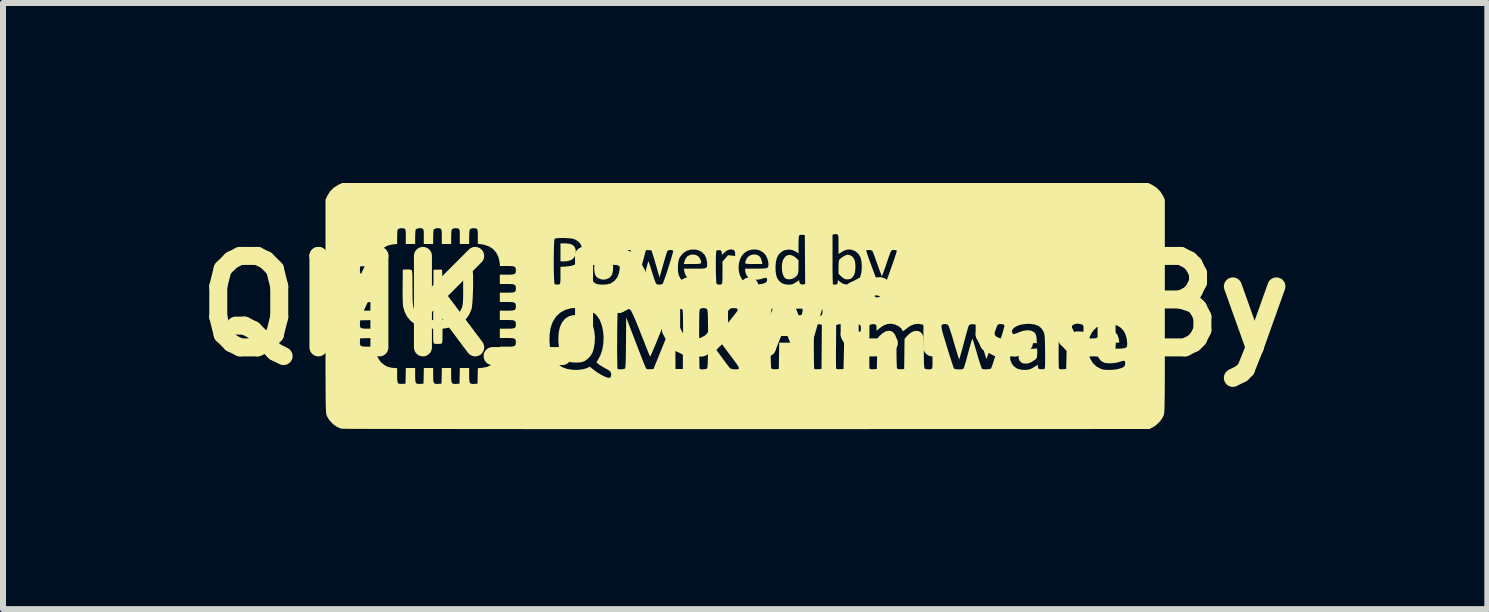
<source format=kicad_pcb>
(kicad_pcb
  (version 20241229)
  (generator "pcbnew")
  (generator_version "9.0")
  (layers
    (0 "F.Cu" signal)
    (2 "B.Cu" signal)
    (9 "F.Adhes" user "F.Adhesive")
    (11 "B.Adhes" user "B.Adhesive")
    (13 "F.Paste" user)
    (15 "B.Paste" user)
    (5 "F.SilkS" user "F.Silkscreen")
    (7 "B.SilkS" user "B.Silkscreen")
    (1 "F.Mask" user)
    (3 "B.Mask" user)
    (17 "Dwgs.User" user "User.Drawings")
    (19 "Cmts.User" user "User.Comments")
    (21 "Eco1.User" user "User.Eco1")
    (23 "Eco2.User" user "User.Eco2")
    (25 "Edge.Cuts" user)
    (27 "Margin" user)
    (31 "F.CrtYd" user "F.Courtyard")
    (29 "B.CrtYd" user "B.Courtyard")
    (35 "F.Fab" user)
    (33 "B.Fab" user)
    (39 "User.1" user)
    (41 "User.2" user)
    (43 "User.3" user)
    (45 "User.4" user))
  (footprint "QMK_PoweredBy"
    (layer "F.Cu")
    (at 9.369 2.05)
    (property "Reference" "QMK_PoweredBy" (at 0 0 0) (layer "F.SilkS") (effects (font (size 1.524 1.524) (thickness 0.3))))
    (attr board_only exclude_from_pos_files exclude_from_bom)
    (fp_poly (pts (xy -2.93 -1.038) (xy -2.878 -1.02) (xy -2.844 -0.988) (xy -2.826 -0.943) (xy -2.822 -0.903) (xy -2.831 -0.844) (xy -2.858 -0.798) (xy -2.901 -0.766) (xy -2.961 -0.748) (xy -3.008 -0.744) (xy -3.078 -0.744) (xy -3.078 -1.044) (xy -2.999 -1.044)) (stroke (width 0) (type solid)) (fill yes) (layer "F.SilkS"))
    (fp_poly (pts (xy -0.818 -0.85) (xy -0.776 -0.823) (xy -0.749 -0.783) (xy -0.736 -0.751) (xy -0.731 -0.728) (xy -0.736 -0.714) (xy -0.754 -0.705) (xy -0.787 -0.701) (xy -0.838 -0.7) (xy -0.878 -0.7) (xy -1.023 -0.7) (xy -1.015 -0.731) (xy -0.993 -0.791) (xy -0.96 -0.832) (xy -0.914 -0.854) (xy -0.872 -0.859)) (stroke (width 0) (type solid)) (fill yes) (layer "F.SilkS"))
    (fp_poly (pts (xy 0.191 -0.855) (xy 0.191 -0.855) (xy 0.233 -0.834) (xy 0.261 -0.798) (xy 0.278 -0.744) (xy 0.286 -0.7) (xy 0.143 -0.7) (xy 0.083 -0.7) (xy 0.041 -0.702) (xy 0.016 -0.705) (xy 0.003 -0.71) (xy 0 -0.716) (xy 0.007 -0.75) (xy 0.025 -0.789) (xy 0.047 -0.819) (xy 0.087 -0.847) (xy 0.138 -0.86)) (stroke (width 0) (type solid)) (fill yes) (layer "F.SilkS"))
    (fp_poly (pts (xy 4.867 0.786) (xy 4.866 0.828) (xy 4.863 0.854) (xy 4.854 0.872) (xy 4.838 0.888) (xy 4.832 0.894) (xy 4.768 0.937) (xy 4.703 0.959) (xy 4.643 0.959) (xy 4.602 0.942) (xy 4.572 0.909) (xy 4.557 0.866) (xy 4.556 0.851) (xy 4.561 0.806) (xy 4.58 0.772) (xy 4.613 0.747) (xy 4.662 0.729) (xy 4.731 0.718) (xy 4.767 0.715) (xy 4.867 0.708)) (stroke (width 0) (type solid)) (fill yes) (layer "F.SilkS"))
    (fp_poly (pts (xy 6.118 0.41) (xy 6.168 0.437) (xy 6.205 0.482) (xy 6.226 0.542) (xy 6.229 0.56) (xy 6.236 0.611) (xy 6.046 0.611) (xy 5.973 0.611) (xy 5.92 0.609) (xy 5.884 0.607) (xy 5.863 0.603) (xy 5.856 0.598) (xy 5.856 0.597) (xy 5.862 0.557) (xy 5.88 0.512) (xy 5.903 0.472) (xy 5.908 0.466) (xy 5.956 0.425) (xy 6.015 0.404) (xy 6.056 0.4)) (stroke (width 0) (type solid)) (fill yes) (layer "F.SilkS"))
    (fp_poly (pts (xy -2.3 -0.847) (xy -2.256 -0.823) (xy -2.224 -0.781) (xy -2.206 -0.721) (xy -2.2 -0.646) (xy -2.205 -0.575) (xy -2.221 -0.52) (xy -2.25 -0.481) (xy -2.265 -0.468) (xy -2.308 -0.448) (xy -2.358 -0.439) (xy -2.401 -0.444) (xy -2.448 -0.463) (xy -2.481 -0.489) (xy -2.502 -0.526) (xy -2.513 -0.577) (xy -2.516 -0.644) (xy -2.51 -0.722) (xy -2.491 -0.781) (xy -2.46 -0.823) (xy -2.415 -0.848) (xy -2.358 -0.856)) (stroke (width 0) (type solid)) (fill yes) (layer "F.SilkS"))
    (fp_poly (pts (xy 0.802 -0.835) (xy 0.845 -0.804) (xy 0.889 -0.764) (xy 0.889 -0.651) (xy 0.888 -0.595) (xy 0.884 -0.555) (xy 0.875 -0.526) (xy 0.86 -0.504) (xy 0.836 -0.482) (xy 0.821 -0.471) (xy 0.78 -0.452) (xy 0.734 -0.444) (xy 0.69 -0.45) (xy 0.674 -0.457) (xy 0.648 -0.484) (xy 0.628 -0.526) (xy 0.616 -0.58) (xy 0.611 -0.639) (xy 0.614 -0.698) (xy 0.626 -0.753) (xy 0.636 -0.778) (xy 0.668 -0.823) (xy 0.708 -0.848) (xy 0.753 -0.852)) (stroke (width 0) (type solid)) (fill yes) (layer "F.SilkS"))
    (fp_poly (pts (xy 1.753 -0.845) (xy 1.793 -0.817) (xy 1.817 -0.781) (xy 1.832 -0.733) (xy 1.838 -0.673) (xy 1.836 -0.609) (xy 1.827 -0.551) (xy 1.813 -0.514) (xy 1.788 -0.475) (xy 1.759 -0.453) (xy 1.719 -0.445) (xy 1.7 -0.444) (xy 1.671 -0.447) (xy 1.645 -0.458) (xy 1.615 -0.481) (xy 1.605 -0.49) (xy 1.556 -0.536) (xy 1.556 -0.641) (xy 1.557 -0.69) (xy 1.56 -0.731) (xy 1.565 -0.761) (xy 1.567 -0.768) (xy 1.587 -0.79) (xy 1.618 -0.814) (xy 1.655 -0.837) (xy 1.689 -0.852) (xy 1.708 -0.856)) (stroke (width 0) (type solid)) (fill yes) (layer "F.SilkS"))
    (fp_poly (pts (xy -2.747 0.152) (xy -2.683 0.168) (xy -2.665 0.176) (xy -2.611 0.214) (xy -2.567 0.271) (xy -2.534 0.342) (xy -2.513 0.427) (xy -2.504 0.521) (xy -2.509 0.623) (xy -2.51 0.631) (xy -2.519 0.683) (xy -2.531 0.734) (xy -2.544 0.775) (xy -2.546 0.778) (xy -2.577 0.831) (xy -2.622 0.879) (xy -2.673 0.916) (xy -2.709 0.931) (xy -2.754 0.94) (xy -2.81 0.943) (xy -2.866 0.941) (xy -2.914 0.934) (xy -2.931 0.93) (xy -2.993 0.897) (xy -3.042 0.848) (xy -3.078 0.782) (xy -3.102 0.699) (xy -3.113 0.599) (xy -3.114 0.545) (xy -3.107 0.438) (xy -3.086 0.346) (xy -3.051 0.272) (xy -3.003 0.214) (xy -2.948 0.176) (xy -2.888 0.157) (xy -2.818 0.148)) (stroke (width 0) (type solid)) (fill yes) (layer "F.SilkS"))
    (fp_poly (pts (xy -4.612 -0.611) (xy -4.57 -0.607) (xy -4.546 -0.596) (xy -4.544 -0.594) (xy -4.54 -0.577) (xy -4.536 -0.542) (xy -4.534 -0.491) (xy -4.534 -0.429) (xy -4.534 -0.359) (xy -4.535 -0.285) (xy -4.538 -0.209) (xy -4.541 -0.137) (xy -4.545 -0.071) (xy -4.55 -0.016) (xy -4.555 0.027) (xy -4.56 0.049) (xy -4.596 0.136) (xy -4.644 0.207) (xy -4.706 0.266) (xy -4.784 0.311) (xy -4.878 0.346) (xy -4.991 0.371) (xy -5.003 0.372) (xy -5.044 0.379) (xy -5.044 0.499) (xy -5.045 0.554) (xy -5.047 0.591) (xy -5.051 0.612) (xy -5.057 0.624) (xy -5.062 0.627) (xy -5.086 0.631) (xy -5.121 0.632) (xy -5.158 0.631) (xy -5.184 0.627) (xy -5.186 0.626) (xy -5.193 0.615) (xy -5.197 0.588) (xy -5.2 0.542) (xy -5.2 0.5) (xy -5.2 0.379) (xy -5.242 0.373) (xy -5.336 0.356) (xy -5.413 0.338) (xy -5.475 0.315) (xy -5.527 0.286) (xy -5.572 0.25) (xy -5.586 0.237) (xy -5.639 0.17) (xy -5.678 0.089) (xy -5.7 0.009) (xy -5.703 -0.019) (xy -5.706 -0.066) (xy -5.708 -0.128) (xy -5.709 -0.2) (xy -5.709 -0.278) (xy -5.709 -0.329) (xy -5.706 -0.606) (xy -5.641 -0.609) (xy -5.599 -0.609) (xy -5.569 -0.604) (xy -5.56 -0.599) (xy -5.555 -0.591) (xy -5.551 -0.575) (xy -5.548 -0.549) (xy -5.546 -0.51) (xy -5.545 -0.455) (xy -5.545 -0.383) (xy -5.544 -0.305) (xy -5.544 -0.206) (xy -5.543 -0.127) (xy -5.54 -0.064) (xy -5.535 -0.015) (xy -5.528 0.025) (xy -5.518 0.056) (xy -5.504 0.084) (xy -5.487 0.11) (xy -5.476 0.124) (xy -5.433 0.164) (xy -5.375 0.198) (xy -5.31 0.221) (xy -5.263 0.23) (xy -5.2 0.236) (xy -5.197 -0.185) (xy -5.194 -0.606) (xy -5.05 -0.606) (xy -5.044 0.233) (xy -5.007 0.233) (xy -4.932 0.223) (xy -4.861 0.193) (xy -4.799 0.147) (xy -4.75 0.088) (xy -4.722 0.031) (xy -4.715 0.009) (xy -4.71 -0.014) (xy -4.706 -0.041) (xy -4.703 -0.075) (xy -4.701 -0.12) (xy -4.7 -0.179) (xy -4.7 -0.254) (xy -4.7 -0.315) (xy -4.7 -0.404) (xy -4.7 -0.473) (xy -4.699 -0.525) (xy -4.695 -0.562) (xy -4.69 -0.587) (xy -4.681 -0.601) (xy -4.668 -0.609) (xy -4.65 -0.611) (xy -4.627 -0.611)) (stroke (width 0) (type solid)) (fill yes) (layer "F.SilkS"))
    (fp_poly (pts (xy 6.779 -2.021) (xy 6.855 -1.973) (xy 6.919 -1.909) (xy 6.965 -1.835) (xy 6.994 -1.772) (xy 6.994 0) (xy 6.994 0.232) (xy 6.994 0.444) (xy 6.994 0.635) (xy 6.994 0.807) (xy 6.994 0.96) (xy 6.994 1.097) (xy 6.994 1.218) (xy 6.993 1.325) (xy 6.993 1.417) (xy 6.992 1.496) (xy 6.991 1.564) (xy 6.99 1.621) (xy 6.989 1.668) (xy 6.988 1.707) (xy 6.987 1.738) (xy 6.985 1.763) (xy 6.983 1.782) (xy 6.981 1.797) (xy 6.979 1.809) (xy 6.976 1.818) (xy 6.974 1.826) (xy 6.973 1.827) (xy 6.943 1.884) (xy 6.897 1.94) (xy 6.843 1.989) (xy 6.795 2.021) (xy 6.739 2.05) (xy 0.017 2.052) (xy -0.369 2.052) (xy -0.749 2.052) (xy -1.124 2.052) (xy -1.491 2.052) (xy -1.851 2.052) (xy -2.204 2.052) (xy -2.548 2.052) (xy -2.882 2.052) (xy -3.208 2.052) (xy -3.522 2.052) (xy -3.826 2.051) (xy -4.118 2.051) (xy -4.398 2.051) (xy -4.666 2.051) (xy -4.92 2.05) (xy -5.16 2.05) (xy -5.385 2.05) (xy -5.596 2.05) (xy -5.79 2.049) (xy -5.968 2.049) (xy -6.129 2.049) (xy -6.273 2.048) (xy -6.398 2.048) (xy -6.504 2.047) (xy -6.591 2.047) (xy -6.658 2.046) (xy -6.704 2.046) (xy -6.729 2.045) (xy -6.733 2.045) (xy -6.804 2.014) (xy -6.87 1.967) (xy -6.925 1.909) (xy -6.966 1.844) (xy -6.973 1.827) (xy -6.976 1.82) (xy -6.978 1.811) (xy -6.981 1.8) (xy -6.983 1.786) (xy -6.985 1.768) (xy -6.986 1.744) (xy -6.988 1.714) (xy -6.989 1.677) (xy -6.99 1.632) (xy -6.991 1.577) (xy -6.992 1.512) (xy -6.992 1.435) (xy -6.993 1.345) (xy -6.993 1.242) (xy -6.994 1.124) (xy -6.994 0.991) (xy -6.994 0.841) (xy -6.994 0.673) (xy -6.994 0.627) (xy -6.421 0.627) (xy -6.416 0.65) (xy -6.403 0.665) (xy -6.377 0.674) (xy -6.335 0.677) (xy -6.276 0.678) (xy -6.156 0.678) (xy -6.156 0.727) (xy -6.146 0.798) (xy -6.118 0.868) (xy -6.076 0.929) (xy -6.064 0.941) (xy -6.011 0.985) (xy -5.958 1.013) (xy -5.898 1.028) (xy -5.87 1.031) (xy -5.8 1.036) (xy -5.8 1.155) (xy -5.799 1.22) (xy -5.794 1.263) (xy -5.787 1.286) (xy -5.786 1.287) (xy -5.765 1.296) (xy -5.729 1.298) (xy -5.717 1.298) (xy -5.661 1.294) (xy -5.658 1.164) (xy -5.655 1.033) (xy -5.5 1.033) (xy -5.5 1.154) (xy -5.499 1.214) (xy -5.496 1.255) (xy -5.487 1.281) (xy -5.472 1.294) (xy -5.448 1.299) (xy -5.415 1.298) (xy -5.361 1.294) (xy -5.358 1.164) (xy -5.355 1.033) (xy -5.2 1.033) (xy -5.2 1.154) (xy -5.199 1.214) (xy -5.196 1.255) (xy -5.187 1.281) (xy -5.172 1.294) (xy -5.148 1.299) (xy -5.115 1.298) (xy -5.061 1.294) (xy -5.058 1.164) (xy -5.055 1.033) (xy -4.9 1.033) (xy -4.9 1.154) (xy -4.899 1.214) (xy -4.896 1.255) (xy -4.887 1.281) (xy -4.872 1.294) (xy -4.848 1.299) (xy -4.815 1.298) (xy -4.761 1.294) (xy -4.758 1.164) (xy -4.755 1.033) (xy -4.6 1.033) (xy -4.6 1.154) (xy -4.599 1.214) (xy -4.596 1.255) (xy -4.587 1.281) (xy -4.572 1.294) (xy -4.548 1.299) (xy -4.515 1.298) (xy -4.461 1.294) (xy -4.458 1.165) (xy -4.455 1.036) (xy -4.386 1.031) (xy -4.303 1.016) (xy -4.232 0.982) (xy -4.173 0.932) (xy -4.13 0.865) (xy -4.102 0.785) (xy -4.094 0.742) (xy -4.086 0.678) (xy -3.966 0.678) (xy -3.907 0.677) (xy -3.867 0.673) (xy -3.842 0.665) (xy -3.828 0.65) (xy -3.823 0.627) (xy -3.822 0.606) (xy -3.824 0.576) (xy -3.262 0.576) (xy -3.254 0.676) (xy -3.236 0.769) (xy -3.221 0.817) (xy -3.179 0.9) (xy -3.123 0.967) (xy -3.053 1.016) (xy -2.968 1.049) (xy -2.871 1.064) (xy -2.785 1.064) (xy -2.714 1.056) (xy -2.656 1.041) (xy -2.64 1.035) (xy -2.588 1.012) (xy -2.521 1.066) (xy -2.474 1.101) (xy -2.422 1.133) (xy -2.37 1.162) (xy -2.323 1.183) (xy -2.285 1.196) (xy -2.267 1.197) (xy -2.245 1.189) (xy -2.236 1.168) (xy -2.235 1.163) (xy -2.234 1.128) (xy -2.242 1.102) (xy -2.262 1.079) (xy -2.297 1.056) (xy -2.325 1.042) (xy -2.369 1.017) (xy -2.41 0.992) (xy -2.44 0.971) (xy -2.443 0.969) (xy -2.48 0.938) (xy -2.452 0.896) (xy -2.412 0.82) (xy -2.382 0.73) (xy -2.369 0.658) (xy -2.134 0.658) (xy -2.134 0.745) (xy -2.133 0.826) (xy -2.132 0.899) (xy -2.131 0.961) (xy -2.13 1.008) (xy -2.128 1.038) (xy -2.126 1.048) (xy -2.108 1.054) (xy -2.078 1.056) (xy -2.044 1.053) (xy -2.015 1.048) (xy -2.001 1.041) (xy -1.998 1.026) (xy -1.995 0.993) (xy -1.992 0.939) (xy -1.99 0.865) (xy -1.988 0.77) (xy -1.987 0.654) (xy -1.986 0.608) (xy -1.983 0.189) (xy -1.829 0.592) (xy -1.794 0.682) (xy -1.761 0.768) (xy -1.731 0.845) (xy -1.705 0.911) (xy -1.683 0.965) (xy -1.668 1.004) (xy -1.659 1.024) (xy -1.659 1.026) (xy -1.648 1.044) (xy -1.634 1.052) (xy -1.609 1.054) (xy -1.586 1.053) (xy -1.528 1.05) (xy -1.348 0.606) (xy -1.168 0.161) (xy -1.164 0.606) (xy -1.161 1.05) (xy -1.039 1.05) (xy -1.036 0.562) (xy -1.036 0.549) (xy -0.767 0.549) (xy -0.767 0.651) (xy -0.766 0.747) (xy -0.765 0.833) (xy -0.764 0.908) (xy -0.763 0.969) (xy -0.762 1.014) (xy -0.76 1.041) (xy -0.759 1.048) (xy -0.742 1.054) (xy -0.711 1.056) (xy -0.677 1.053) (xy -0.648 1.048) (xy -0.635 1.041) (xy -0.63 1.024) (xy -0.626 0.986) (xy -0.623 0.927) (xy -0.621 0.85) (xy -0.62 0.786) (xy -0.617 0.547) (xy -0.444 0.781) (xy -0.397 0.845) (xy -0.353 0.904) (xy -0.315 0.956) (xy -0.284 0.996) (xy -0.263 1.024) (xy -0.253 1.036) (xy -0.232 1.046) (xy -0.2 1.053) (xy -0.163 1.056) (xy -0.13 1.055) (xy -0.109 1.048) (xy -0.106 1.045) (xy -0.103 1.038) (xy -0.105 1.029) (xy -0.111 1.015) (xy -0.123 0.994) (xy -0.142 0.965) (xy -0.171 0.926) (xy -0.209 0.874) (xy -0.258 0.808) (xy -0.303 0.748) (xy -0.357 0.676) (xy -0.398 0.62) (xy -0.428 0.578) (xy -0.449 0.546) (xy -0.462 0.524) (xy -0.468 0.509) (xy -0.469 0.5) (xy 0.422 0.5) (xy 0.422 0.591) (xy 0.422 0.68) (xy 0.423 0.766) (xy 0.425 0.845) (xy 0.427 0.915) (xy 0.429 0.972) (xy 0.431 1.014) (xy 0.434 1.038) (xy 0.436 1.043) (xy 0.457 1.051) (xy 0.493 1.054) (xy 0.505 1.053) (xy 0.561 1.05) (xy 0.564 0.831) (xy 0.566 0.681) (xy 1.144 0.681) (xy 1.145 0.769) (xy 1.145 0.849) (xy 1.146 0.919) (xy 1.148 0.977) (xy 1.149 1.019) (xy 1.151 1.044) (xy 1.152 1.049) (xy 1.167 1.053) (xy 1.196 1.054) (xy 1.216 1.053) (xy 1.272 1.05) (xy 1.274 0.84) (xy 1.513 0.84) (xy 1.513 0.91) (xy 1.514 0.969) (xy 1.515 1.012) (xy 1.516 1.037) (xy 1.516 1.042) (xy 1.53 1.051) (xy 1.561 1.054) (xy 1.58 1.053) (xy 1.639 1.05) (xy 1.644 0.84) (xy 2.069 0.84) (xy 2.069 0.91) (xy 2.069 0.969) (xy 2.07 1.012) (xy 2.071 1.037) (xy 2.072 1.042) (xy 2.085 1.051) (xy 2.117 1.054) (xy 2.136 1.053) (xy 2.194 1.05) (xy 2.2 0.793) (xy 2.202 0.71) (xy 2.204 0.648) (xy 2.205 0.601) (xy 2.208 0.568) (xy 2.211 0.545) (xy 2.216 0.529) (xy 2.222 0.518) (xy 2.231 0.508) (xy 2.233 0.505) (xy 2.288 0.455) (xy 2.342 0.423) (xy 2.392 0.411) (xy 2.436 0.418) (xy 2.474 0.445) (xy 2.5 0.483) (xy 2.507 0.5) (xy 2.513 0.518) (xy 2.517 0.541) (xy 2.519 0.573) (xy 2.521 0.615) (xy 2.522 0.672) (xy 2.522 0.747) (xy 2.522 0.779) (xy 2.523 0.851) (xy 2.524 0.917) (xy 2.526 0.972) (xy 2.528 1.014) (xy 2.531 1.038) (xy 2.532 1.042) (xy 2.551 1.052) (xy 2.59 1.054) (xy 2.596 1.053) (xy 2.65 1.05) (xy 2.653 0.799) (xy 2.656 0.548) (xy 2.696 0.501) (xy 2.745 0.455) (xy 2.796 0.425) (xy 2.846 0.413) (xy 2.892 0.419) (xy 2.931 0.442) (xy 2.96 0.482) (xy 2.966 0.498) (xy 2.97 0.519) (xy 2.974 0.548) (xy 2.976 0.589) (xy 2.977 0.644) (xy 2.978 0.716) (xy 2.978 0.774) (xy 2.978 0.865) (xy 2.979 0.936) (xy 2.982 0.987) (xy 2.985 1.021) (xy 2.989 1.039) (xy 2.991 1.042) (xy 3.01 1.05) (xy 3.041 1.055) (xy 3.058 1.056) (xy 3.09 1.054) (xy 3.107 1.048) (xy 3.116 1.034) (xy 3.118 1.027) (xy 3.121 1.003) (xy 3.122 0.961) (xy 3.122 0.906) (xy 3.121 0.84) (xy 3.12 0.769) (xy 3.117 0.696) (xy 3.114 0.626) (xy 3.111 0.562) (xy 3.107 0.509) (xy 3.103 0.471) (xy 3.099 0.453) (xy 3.067 0.389) (xy 3.02 0.341) (xy 2.993 0.327) (xy 3.267 0.327) (xy 3.267 0.341) (xy 3.27 0.363) (xy 3.278 0.394) (xy 3.29 0.437) (xy 3.306 0.495) (xy 3.329 0.569) (xy 3.357 0.661) (xy 3.362 0.678) (xy 3.388 0.763) (xy 3.413 0.841) (xy 3.435 0.91) (xy 3.454 0.967) (xy 3.468 1.01) (xy 3.477 1.035) (xy 3.481 1.042) (xy 3.499 1.05) (xy 3.534 1.055) (xy 3.563 1.056) (xy 3.602 1.055) (xy 3.625 1.052) (xy 3.637 1.043) (xy 3.646 1.027) (xy 3.649 1.019) (xy 3.656 0.998) (xy 3.668 0.959) (xy 3.683 0.906) (xy 3.7 0.843) (xy 3.719 0.774) (xy 3.723 0.758) (xy 3.741 0.692) (xy 3.757 0.635) (xy 3.771 0.59) (xy 3.782 0.559) (xy 3.788 0.546) (xy 3.789 0.547) (xy 3.795 0.561) (xy 3.805 0.594) (xy 3.819 0.641) (xy 3.837 0.7) (xy 3.857 0.767) (xy 3.866 0.8) (xy 3.887 0.87) (xy 3.906 0.932) (xy 3.923 0.984) (xy 3.937 1.022) (xy 3.946 1.044) (xy 3.948 1.047) (xy 3.97 1.053) (xy 4.003 1.056) (xy 4.041 1.054) (xy 4.074 1.05) (xy 4.096 1.043) (xy 4.098 1.041) (xy 4.104 1.027) (xy 4.116 0.995) (xy 4.132 0.948) (xy 4.151 0.89) (xy 4.17 0.832) (xy 4.416 0.832) (xy 4.418 0.894) (xy 4.44 0.953) (xy 4.47 0.996) (xy 4.503 1.024) (xy 4.54 1.046) (xy 4.55 1.05) (xy 4.605 1.062) (xy 4.666 1.066) (xy 4.724 1.06) (xy 4.746 1.054) (xy 4.778 1.039) (xy 4.816 1.018) (xy 4.83 1.009) (xy 4.876 0.978) (xy 4.88 1.014) (xy 4.883 1.036) (xy 4.893 1.047) (xy 4.915 1.052) (xy 4.936 1.053) (xy 4.968 1.054) (xy 4.985 1.05) (xy 4.993 1.037) (xy 4.995 1.028) (xy 4.997 1.009) (xy 4.999 0.971) (xy 4.999 0.919) (xy 4.999 0.854) (xy 4.999 0.828) (xy 5.224 0.828) (xy 5.224 0.899) (xy 5.225 0.957) (xy 5.226 1.001) (xy 5.227 1.027) (xy 5.228 1.031) (xy 5.234 1.046) (xy 5.246 1.053) (xy 5.27 1.054) (xy 5.292 1.053) (xy 5.35 1.05) (xy 5.356 0.81) (xy 5.357 0.731) (xy 5.359 0.689) (xy 5.728 0.689) (xy 5.728 0.75) (xy 5.73 0.794) (xy 5.734 0.827) (xy 5.741 0.853) (xy 5.752 0.88) (xy 5.753 0.883) (xy 5.797 0.954) (xy 5.856 1.009) (xy 5.93 1.048) (xy 5.956 1.056) (xy 5.994 1.063) (xy 6.046 1.065) (xy 6.104 1.064) (xy 6.162 1.059) (xy 6.211 1.051) (xy 6.217 1.049) (xy 6.27 1.034) (xy 6.304 1.018) (xy 6.324 0.999) (xy 6.332 0.974) (xy 6.333 0.955) (xy 6.332 0.93) (xy 6.324 0.915) (xy 6.307 0.912) (xy 6.276 0.919) (xy 6.233 0.933) (xy 6.184 0.946) (xy 6.126 0.953) (xy 6.066 0.955) (xy 6.014 0.951) (xy 5.981 0.944) (xy 5.928 0.912) (xy 5.89 0.864) (xy 5.866 0.8) (xy 5.86 0.768) (xy 5.853 0.711) (xy 6.092 0.711) (xy 6.177 0.711) (xy 6.243 0.71) (xy 6.291 0.707) (xy 6.325 0.702) (xy 6.346 0.694) (xy 6.359 0.682) (xy 6.365 0.665) (xy 6.367 0.643) (xy 6.367 0.628) (xy 6.359 0.544) (xy 6.336 0.466) (xy 6.311 0.419) (xy 6.266 0.367) (xy 6.207 0.329) (xy 6.14 0.305) (xy 6.067 0.296) (xy 5.993 0.301) (xy 5.923 0.32) (xy 5.859 0.355) (xy 5.807 0.404) (xy 5.803 0.408) (xy 5.773 0.451) (xy 5.752 0.492) (xy 5.738 0.536) (xy 5.731 0.589) (xy 5.728 0.657) (xy 5.728 0.689) (xy 5.359 0.689) (xy 5.359 0.671) (xy 5.361 0.627) (xy 5.364 0.595) (xy 5.368 0.572) (xy 5.374 0.555) (xy 5.382 0.54) (xy 5.391 0.525) (xy 5.419 0.49) (xy 5.451 0.458) (xy 5.46 0.45) (xy 5.485 0.433) (xy 5.509 0.425) (xy 5.54 0.423) (xy 5.569 0.424) (xy 5.639 0.428) (xy 5.639 0.372) (xy 5.638 0.339) (xy 5.632 0.321) (xy 5.617 0.31) (xy 5.593 0.302) (xy 5.537 0.293) (xy 5.484 0.305) (xy 5.432 0.337) (xy 5.397 0.369) (xy 5.344 0.425) (xy 5.344 0.368) (xy 5.343 0.334) (xy 5.338 0.316) (xy 5.326 0.307) (xy 5.315 0.304) (xy 5.281 0.302) (xy 5.257 0.307) (xy 5.228 0.317) (xy 5.225 0.661) (xy 5.224 0.748) (xy 5.224 0.828) (xy 4.999 0.828) (xy 4.999 0.781) (xy 4.998 0.736) (xy 4.997 0.652) (xy 4.995 0.587) (xy 4.993 0.538) (xy 4.991 0.501) (xy 4.987 0.474) (xy 4.982 0.453) (xy 4.975 0.435) (xy 4.968 0.42) (xy 4.934 0.368) (xy 4.889 0.332) (xy 4.829 0.309) (xy 4.754 0.298) (xy 4.711 0.297) (xy 4.64 0.303) (xy 4.577 0.316) (xy 4.524 0.336) (xy 4.482 0.362) (xy 4.455 0.391) (xy 4.445 0.422) (xy 4.455 0.453) (xy 4.458 0.459) (xy 4.467 0.467) (xy 4.48 0.469) (xy 4.5 0.463) (xy 4.535 0.449) (xy 4.547 0.443) (xy 4.631 0.414) (xy 4.704 0.403) (xy 4.767 0.411) (xy 4.771 0.413) (xy 4.813 0.434) (xy 4.84 0.466) (xy 4.854 0.513) (xy 4.858 0.55) (xy 4.861 0.617) (xy 4.739 0.624) (xy 4.665 0.629) (xy 4.608 0.637) (xy 4.565 0.648) (xy 4.53 0.663) (xy 4.516 0.672) (xy 4.465 0.717) (xy 4.432 0.771) (xy 4.416 0.832) (xy 4.17 0.832) (xy 4.173 0.822) (xy 4.197 0.749) (xy 4.221 0.673) (xy 4.244 0.597) (xy 4.266 0.525) (xy 4.286 0.46) (xy 4.302 0.405) (xy 4.314 0.363) (xy 4.321 0.336) (xy 4.322 0.33) (xy 4.313 0.313) (xy 4.288 0.303) (xy 4.256 0.3) (xy 4.224 0.305) (xy 4.212 0.31) (xy 4.203 0.322) (xy 4.191 0.349) (xy 4.175 0.394) (xy 4.155 0.456) (xy 4.13 0.539) (xy 4.111 0.605) (xy 4.089 0.68) (xy 4.069 0.747) (xy 4.051 0.803) (xy 4.036 0.846) (xy 4.026 0.873) (xy 4.021 0.881) (xy 4.021 0.881) (xy 4.016 0.868) (xy 4.006 0.837) (xy 3.991 0.79) (xy 3.974 0.731) (xy 3.953 0.662) (xy 3.933 0.592) (xy 3.852 0.311) (xy 3.816 0.305) (xy 3.771 0.303) (xy 3.738 0.315) (xy 3.724 0.331) (xy 3.719 0.347) (xy 3.709 0.381) (xy 3.695 0.43) (xy 3.678 0.491) (xy 3.659 0.561) (xy 3.644 0.619) (xy 3.624 0.693) (xy 3.606 0.759) (xy 3.59 0.814) (xy 3.578 0.856) (xy 3.57 0.882) (xy 3.567 0.889) (xy 3.562 0.879) (xy 3.552 0.85) (xy 3.538 0.805) (xy 3.521 0.748) (xy 3.5 0.68) (xy 3.478 0.605) (xy 3.45 0.508) (xy 3.426 0.432) (xy 3.407 0.375) (xy 3.392 0.336) (xy 3.381 0.315) (xy 3.376 0.31) (xy 3.343 0.301) (xy 3.304 0.302) (xy 3.274 0.314) (xy 3.269 0.319) (xy 3.267 0.327) (xy 2.993 0.327) (xy 2.959 0.31) (xy 2.888 0.297) (xy 2.878 0.297) (xy 2.82 0.304) (xy 2.762 0.326) (xy 2.702 0.365) (xy 2.67 0.392) (xy 2.644 0.412) (xy 2.628 0.417) (xy 2.625 0.414) (xy 2.601 0.373) (xy 2.559 0.338) (xy 2.507 0.312) (xy 2.448 0.298) (xy 2.422 0.296) (xy 2.37 0.301) (xy 2.322 0.317) (xy 2.272 0.347) (xy 2.236 0.374) (xy 2.189 0.413) (xy 2.189 0.362) (xy 2.187 0.33) (xy 2.181 0.314) (xy 2.166 0.306) (xy 2.16 0.304) (xy 2.126 0.302) (xy 2.101 0.307) (xy 2.072 0.317) (xy 2.069 0.672) (xy 2.069 0.76) (xy 2.069 0.84) (xy 1.644 0.84) (xy 1.65 0.559) (xy 1.693 0.507) (xy 1.729 0.465) (xy 1.759 0.44) (xy 1.789 0.427) (xy 1.824 0.424) (xy 1.854 0.427) (xy 1.891 0.43) (xy 1.911 0.429) (xy 1.921 0.422) (xy 1.926 0.407) (xy 1.927 0.405) (xy 1.93 0.371) (xy 1.928 0.343) (xy 1.918 0.32) (xy 1.897 0.306) (xy 1.877 0.3) (xy 1.819 0.294) (xy 1.765 0.309) (xy 1.711 0.344) (xy 1.686 0.368) (xy 1.633 0.422) (xy 1.633 0.367) (xy 1.632 0.333) (xy 1.627 0.316) (xy 1.614 0.307) (xy 1.604 0.304) (xy 1.57 0.302) (xy 1.546 0.307) (xy 1.517 0.317) (xy 1.514 0.672) (xy 1.513 0.76) (xy 1.513 0.84) (xy 1.274 0.84) (xy 1.278 0.312) (xy 1.238 0.305) (xy 1.202 0.303) (xy 1.171 0.309) (xy 1.144 0.322) (xy 1.144 0.681) (xy 0.566 0.681) (xy 0.567 0.611) (xy 0.742 0.611) (xy 0.814 0.611) (xy 0.867 0.609) (xy 0.903 0.605) (xy 0.926 0.599) (xy 0.938 0.588) (xy 0.944 0.574) (xy 0.944 0.56) (xy 0.944 0.538) (xy 0.94 0.523) (xy 0.931 0.512) (xy 0.912 0.505) (xy 0.881 0.502) (xy 0.835 0.5) (xy 0.77 0.5) (xy 0.749 0.5) (xy 0.567 0.5) (xy 0.567 0.156) (xy 0.756 0.156) (xy 0.825 0.155) (xy 0.875 0.155) (xy 0.909 0.154) (xy 0.931 0.151) (xy 0.943 0.146) (xy 0.95 0.14) (xy 0.954 0.131) (xy 0.955 0.13) (xy 0.96 0.099) (xy 0.959 0.086) (xy 1.134 0.086) (xy 1.135 0.119) (xy 1.142 0.145) (xy 1.147 0.153) (xy 1.181 0.168) (xy 1.222 0.171) (xy 1.261 0.161) (xy 1.275 0.153) (xy 1.284 0.136) (xy 1.288 0.106) (xy 1.289 0.093) (xy 1.286 0.059) (xy 1.276 0.039) (xy 1.261 0.027) (xy 1.226 0.015) (xy 1.185 0.018) (xy 1.15 0.034) (xy 1.148 0.035) (xy 1.138 0.054) (xy 1.134 0.086) (xy 0.959 0.086) (xy 0.959 0.074) (xy 0.953 0.044) (xy 0.444 0.044) (xy 0.433 0.073) (xy 0.43 0.092) (xy 0.427 0.13) (xy 0.425 0.183) (xy 0.424 0.25) (xy 0.423 0.327) (xy 0.422 0.411) (xy 0.422 0.5) (xy -0.469 0.5) (xy -0.469 0.499) (xy -0.465 0.492) (xy -0.464 0.491) (xy -0.41 0.428) (xy -0.355 0.363) (xy -0.302 0.299) (xy -0.253 0.239) (xy -0.209 0.185) (xy -0.173 0.139) (xy -0.147 0.105) (xy -0.132 0.084) (xy -0.13 0.081) (xy -0.124 0.058) (xy -0.132 0.045) (xy -0.134 0.044) (xy -0.158 0.037) (xy -0.193 0.035) (xy -0.229 0.038) (xy -0.246 0.042) (xy -0.258 0.053) (xy -0.282 0.079) (xy -0.314 0.117) (xy -0.355 0.165) (xy -0.401 0.221) (xy -0.441 0.272) (xy -0.617 0.494) (xy -0.62 0.278) (xy -0.621 0.202) (xy -0.622 0.145) (xy -0.625 0.105) (xy -0.628 0.077) (xy -0.632 0.06) (xy -0.638 0.05) (xy -0.641 0.047) (xy -0.672 0.036) (xy -0.71 0.035) (xy -0.745 0.045) (xy -0.745 0.045) (xy -0.75 0.048) (xy -0.755 0.054) (xy -0.758 0.064) (xy -0.761 0.08) (xy -0.763 0.105) (xy -0.764 0.139) (xy -0.765 0.186) (xy -0.766 0.247) (xy -0.766 0.324) (xy -0.767 0.418) (xy -0.767 0.533) (xy -0.767 0.549) (xy -1.036 0.549) (xy -1.035 0.433) (xy -1.035 0.326) (xy -1.036 0.238) (xy -1.037 0.169) (xy -1.039 0.118) (xy -1.041 0.083) (xy -1.044 0.064) (xy -1.046 0.06) (xy -1.065 0.05) (xy -1.103 0.045) (xy -1.141 0.044) (xy -1.185 0.045) (xy -1.213 0.049) (xy -1.232 0.057) (xy -1.247 0.07) (xy -1.247 0.07) (xy -1.256 0.086) (xy -1.273 0.12) (xy -1.296 0.17) (xy -1.324 0.233) (xy -1.355 0.306) (xy -1.39 0.387) (xy -1.422 0.464) (xy -1.457 0.549) (xy -1.489 0.628) (xy -1.518 0.697) (xy -1.543 0.756) (xy -1.562 0.8) (xy -1.575 0.829) (xy -1.58 0.839) (xy -1.587 0.833) (xy -1.599 0.811) (xy -1.613 0.777) (xy -1.614 0.775) (xy -1.625 0.747) (xy -1.643 0.701) (xy -1.667 0.641) (xy -1.694 0.571) (xy -1.725 0.494) (xy -1.757 0.413) (xy -1.762 0.4) (xy -1.795 0.317) (xy -1.826 0.242) (xy -1.854 0.177) (xy -1.878 0.125) (xy -1.896 0.088) (xy -1.907 0.07) (xy -1.907 0.069) (xy -1.923 0.057) (xy -1.942 0.049) (xy -1.971 0.045) (xy -2.015 0.044) (xy -2.021 0.044) (xy -2.067 0.045) (xy -2.095 0.048) (xy -2.112 0.054) (xy -2.121 0.064) (xy -2.122 0.066) (xy -2.124 0.081) (xy -2.126 0.115) (xy -2.128 0.166) (xy -2.13 0.23) (xy -2.131 0.305) (xy -2.132 0.388) (xy -2.133 0.476) (xy -2.133 0.567) (xy -2.134 0.658) (xy -2.369 0.658) (xy -2.365 0.629) (xy -2.359 0.524) (xy -2.366 0.432) (xy -2.388 0.323) (xy -2.424 0.231) (xy -2.475 0.157) (xy -2.539 0.099) (xy -2.618 0.059) (xy -2.711 0.036) (xy -2.806 0.029) (xy -2.911 0.039) (xy -3.004 0.067) (xy -3.084 0.112) (xy -3.15 0.175) (xy -3.202 0.255) (xy -3.222 0.3) (xy -3.246 0.381) (xy -3.259 0.476) (xy -3.262 0.576) (xy -3.824 0.576) (xy -3.824 0.576) (xy -3.831 0.556) (xy -3.848 0.543) (xy -3.877 0.536) (xy -3.922 0.534) (xy -3.967 0.533) (xy -4.089 0.533) (xy -4.089 0.378) (xy -3.967 0.378) (xy -3.908 0.377) (xy -3.867 0.373) (xy -3.842 0.365) (xy -3.828 0.351) (xy -3.823 0.328) (xy -3.822 0.306) (xy -3.824 0.276) (xy -3.831 0.256) (xy -3.848 0.243) (xy -3.877 0.236) (xy -3.922 0.234) (xy -3.967 0.233) (xy -4.089 0.233) (xy -4.089 0.078) (xy -3.967 0.078) (xy -3.908 0.077) (xy -3.867 0.073) (xy -3.842 0.065) (xy -3.828 0.051) (xy -3.823 0.028) (xy -3.822 0.006) (xy -3.824 -0.024) (xy -3.831 -0.044) (xy -3.848 -0.057) (xy -3.877 -0.064) (xy -3.922 -0.066) (xy -3.967 -0.067) (xy -4.089 -0.067) (xy -4.089 -0.222) (xy -3.967 -0.222) (xy -3.908 -0.223) (xy -3.867 -0.227) (xy -3.842 -0.235) (xy -3.828 -0.249) (xy -3.823 -0.272) (xy -3.822 -0.294) (xy -3.824 -0.324) (xy -3.831 -0.344) (xy -3.848 -0.357) (xy -3.877 -0.364) (xy -3.922 -0.366) (xy -3.967 -0.367) (xy -4.089 -0.367) (xy -4.089 -0.522) (xy -3.967 -0.522) (xy -3.908 -0.523) (xy -3.867 -0.527) (xy -3.842 -0.535) (xy -3.828 -0.549) (xy -3.823 -0.572) (xy -3.822 -0.594) (xy -3.824 -0.624) (xy -3.831 -0.644) (xy -3.848 -0.657) (xy -3.877 -0.664) (xy -3.923 -0.666) (xy -3.966 -0.667) (xy -4.086 -0.667) (xy -4.093 -0.731) (xy -4.094 -0.735) (xy -3.19 -0.735) (xy -3.19 -0.656) (xy -3.189 -0.58) (xy -3.187 -0.511) (xy -3.185 -0.452) (xy -3.182 -0.405) (xy -3.179 -0.374) (xy -3.175 -0.363) (xy -3.142 -0.357) (xy -3.106 -0.359) (xy -3.095 -0.362) (xy -3.088 -0.368) (xy -3.083 -0.382) (xy -3.08 -0.407) (xy -3.078 -0.447) (xy -3.078 -0.506) (xy -3.078 -0.511) (xy -3.078 -0.653) (xy -2.984 -0.658) (xy -2.897 -0.67) (xy -2.867 -0.68) (xy -2.626 -0.68) (xy -2.626 -0.602) (xy -2.611 -0.529) (xy -2.584 -0.465) (xy -2.545 -0.413) (xy -2.495 -0.377) (xy -2.468 -0.366) (xy -2.419 -0.358) (xy -2.361 -0.356) (xy -2.302 -0.361) (xy -2.253 -0.372) (xy -2.237 -0.379) (xy -2.178 -0.419) (xy -2.133 -0.475) (xy -2.104 -0.545) (xy -2.091 -0.627) (xy -2.092 -0.684) (xy -2.107 -0.768) (xy -2.138 -0.836) (xy -2.184 -0.889) (xy -2.234 -0.919) (xy -2.011 -0.919) (xy -2.008 -0.901) (xy -1.999 -0.866) (xy -1.985 -0.817) (xy -1.968 -0.759) (xy -1.948 -0.695) (xy -1.927 -0.628) (xy -1.905 -0.562) (xy -1.885 -0.5) (xy -1.866 -0.447) (xy -1.851 -0.405) (xy -1.84 -0.378) (xy -1.835 -0.369) (xy -1.811 -0.359) (xy -1.778 -0.356) (xy -1.746 -0.359) (xy -1.724 -0.37) (xy -1.724 -0.37) (xy -1.717 -0.385) (xy -1.706 -0.418) (xy -1.692 -0.465) (xy -1.676 -0.52) (xy -1.666 -0.556) (xy -1.651 -0.616) (xy -1.636 -0.669) (xy -1.625 -0.71) (xy -1.617 -0.737) (xy -1.615 -0.744) (xy -1.61 -0.74) (xy -1.6 -0.717) (xy -1.587 -0.678) (xy -1.571 -0.628) (xy -1.554 -0.572) (xy -1.534 -0.508) (xy -1.516 -0.452) (xy -1.5 -0.408) (xy -1.487 -0.379) (xy -1.481 -0.369) (xy -1.457 -0.359) (xy -1.428 -0.356) (xy -1.398 -0.36) (xy -1.376 -0.369) (xy -1.369 -0.383) (xy -1.357 -0.414) (xy -1.341 -0.459) (xy -1.321 -0.515) (xy -1.3 -0.578) (xy -1.28 -0.641) (xy -1.121 -0.641) (xy -1.119 -0.58) (xy -1.11 -0.527) (xy -1.107 -0.514) (xy -1.075 -0.453) (xy -1.027 -0.403) (xy -0.978 -0.373) (xy -0.944 -0.364) (xy -0.895 -0.359) (xy -0.839 -0.358) (xy -0.782 -0.361) (xy -0.732 -0.367) (xy -0.697 -0.377) (xy -0.694 -0.378) (xy -0.671 -0.394) (xy -0.662 -0.417) (xy -0.661 -0.433) (xy -0.664 -0.46) (xy -0.673 -0.469) (xy -0.678 -0.469) (xy -0.697 -0.464) (xy -0.73 -0.456) (xy -0.761 -0.448) (xy -0.837 -0.435) (xy -0.901 -0.441) (xy -0.951 -0.463) (xy -0.988 -0.503) (xy -1.01 -0.56) (xy -1.014 -0.581) (xy -1.021 -0.622) (xy -0.84 -0.622) (xy -0.766 -0.622) (xy -0.712 -0.624) (xy -0.675 -0.628) (xy -0.651 -0.637) (xy -0.639 -0.651) (xy -0.634 -0.672) (xy -0.634 -0.695) (xy -0.489 -0.695) (xy -0.489 -0.627) (xy -0.488 -0.559) (xy -0.486 -0.496) (xy -0.484 -0.442) (xy -0.481 -0.4) (xy -0.478 -0.375) (xy -0.476 -0.369) (xy -0.451 -0.358) (xy -0.417 -0.357) (xy -0.395 -0.362) (xy -0.389 -0.368) (xy -0.384 -0.38) (xy -0.381 -0.402) (xy -0.379 -0.436) (xy -0.378 -0.488) (xy -0.378 -0.555) (xy -0.378 -0.637) (xy -0.11 -0.637) (xy -0.103 -0.568) (xy -0.085 -0.504) (xy -0.054 -0.447) (xy -0.013 -0.401) (xy 0.04 -0.371) (xy 0.052 -0.367) (xy 0.095 -0.359) (xy 0.151 -0.357) (xy 0.211 -0.359) (xy 0.267 -0.366) (xy 0.306 -0.375) (xy 0.339 -0.389) (xy 0.357 -0.402) (xy 0.364 -0.42) (xy 0.365 -0.426) (xy 0.364 -0.456) (xy 0.352 -0.469) (xy 0.326 -0.468) (xy 0.303 -0.461) (xy 0.225 -0.441) (xy 0.156 -0.437) (xy 0.098 -0.448) (xy 0.052 -0.475) (xy 0.021 -0.515) (xy 0.018 -0.523) (xy 0.006 -0.558) (xy 0.000301 -0.589) (xy 0 -0.595) (xy 0 -0.622) (xy 0.173 -0.622) (xy 0.237 -0.623) (xy 0.292 -0.625) (xy 0.335 -0.628) (xy 0.362 -0.632) (xy 0.367 -0.634) (xy 0.376 -0.644) (xy 0.506 -0.644) (xy 0.508 -0.57) (xy 0.518 -0.512) (xy 0.534 -0.465) (xy 0.56 -0.425) (xy 0.564 -0.42) (xy 0.604 -0.385) (xy 0.653 -0.364) (xy 0.716 -0.356) (xy 0.724 -0.356) (xy 0.765 -0.358) (xy 0.797 -0.367) (xy 0.831 -0.386) (xy 0.843 -0.393) (xy 0.899 -0.431) (xy 0.902 -0.403) (xy 0.915 -0.372) (xy 0.941 -0.358) (xy 0.971 -0.36) (xy 1 -0.367) (xy 0.997 -0.775) (xy 0.997 -0.779) (xy 1.456 -0.779) (xy 1.456 -0.686) (xy 1.456 -0.6) (xy 1.457 -0.523) (xy 1.458 -0.459) (xy 1.46 -0.409) (xy 1.461 -0.376) (xy 1.463 -0.363) (xy 1.463 -0.363) (xy 1.482 -0.356) (xy 1.511 -0.358) (xy 1.527 -0.362) (xy 1.54 -0.378) (xy 1.544 -0.402) (xy 1.544 -0.434) (xy 1.589 -0.398) (xy 1.62 -0.377) (xy 1.65 -0.365) (xy 1.69 -0.359) (xy 1.704 -0.358) (xy 1.776 -0.362) (xy 1.836 -0.385) (xy 1.882 -0.425) (xy 1.916 -0.483) (xy 1.937 -0.559) (xy 1.944 -0.651) (xy 1.944 -0.655) (xy 1.939 -0.741) (xy 1.922 -0.81) (xy 1.893 -0.863) (xy 1.85 -0.903) (xy 1.823 -0.919) (xy 1.809 -0.924) (xy 2.018 -0.924) (xy 2.02 -0.912) (xy 2.03 -0.882) (xy 2.045 -0.836) (xy 2.065 -0.778) (xy 2.09 -0.711) (xy 2.117 -0.636) (xy 2.118 -0.635) (xy 2.223 -0.354) (xy 2.189 -0.264) (xy 2.174 -0.222) (xy 2.163 -0.187) (xy 2.16 -0.164) (xy 2.16 -0.16) (xy 2.175 -0.147) (xy 2.202 -0.144) (xy 2.231 -0.149) (xy 2.255 -0.163) (xy 2.26 -0.169) (xy 2.268 -0.187) (xy 2.283 -0.223) (xy 2.302 -0.272) (xy 2.324 -0.332) (xy 2.35 -0.401) (xy 2.377 -0.476) (xy 2.404 -0.553) (xy 2.431 -0.63) (xy 2.457 -0.703) (xy 2.48 -0.771) (xy 2.5 -0.829) (xy 2.515 -0.876) (xy 2.524 -0.908) (xy 2.527 -0.923) (xy 2.527 -0.923) (xy 2.513 -0.93) (xy 2.486 -0.933) (xy 2.478 -0.933) (xy 2.464 -0.934) (xy 2.453 -0.933) (xy 2.444 -0.929) (xy 2.435 -0.919) (xy 2.425 -0.901) (xy 2.413 -0.873) (xy 2.398 -0.832) (xy 2.379 -0.776) (xy 2.354 -0.703) (xy 2.339 -0.658) (xy 2.319 -0.603) (xy 2.302 -0.557) (xy 2.289 -0.522) (xy 2.28 -0.503) (xy 2.278 -0.5) (xy 2.273 -0.51) (xy 2.262 -0.538) (xy 2.245 -0.58) (xy 2.226 -0.634) (xy 2.204 -0.696) (xy 2.201 -0.703) (xy 2.178 -0.767) (xy 2.158 -0.824) (xy 2.14 -0.87) (xy 2.127 -0.903) (xy 2.119 -0.919) (xy 2.119 -0.919) (xy 2.103 -0.928) (xy 2.075 -0.933) (xy 2.045 -0.933) (xy 2.023 -0.928) (xy 2.018 -0.924) (xy 1.809 -0.924) (xy 1.765 -0.941) (xy 1.71 -0.942) (xy 1.653 -0.925) (xy 1.619 -0.906) (xy 1.556 -0.868) (xy 1.556 -1.028) (xy 1.555 -1.09) (xy 1.555 -1.134) (xy 1.553 -1.163) (xy 1.549 -1.18) (xy 1.543 -1.189) (xy 1.535 -1.194) (xy 1.533 -1.195) (xy 1.503 -1.198) (xy 1.483 -1.195) (xy 1.456 -1.188) (xy 1.456 -0.779) (xy 0.997 -0.779) (xy 0.994 -1.183) (xy 0.951 -1.187) (xy 0.917 -1.186) (xy 0.899 -1.176) (xy 0.895 -1.16) (xy 0.892 -1.126) (xy 0.89 -1.079) (xy 0.889 -1.025) (xy 0.889 -1.019) (xy 0.889 -0.877) (xy 0.842 -0.908) (xy 0.785 -0.934) (xy 0.721 -0.941) (xy 0.658 -0.93) (xy 0.612 -0.908) (xy 0.565 -0.866) (xy 0.533 -0.812) (xy 0.513 -0.744) (xy 0.506 -0.658) (xy 0.506 -0.644) (xy 0.376 -0.644) (xy 0.384 -0.655) (xy 0.389 -0.692) (xy 0.383 -0.744) (xy 0.372 -0.785) (xy 0.344 -0.846) (xy 0.3 -0.894) (xy 0.244 -0.926) (xy 0.181 -0.942) (xy 0.112 -0.94) (xy 0.042 -0.92) (xy 0.036 -0.917) (xy -0.017 -0.881) (xy -0.059 -0.832) (xy -0.088 -0.772) (xy -0.105 -0.706) (xy -0.11 -0.637) (xy -0.378 -0.637) (xy -0.378 -0.741) (xy -0.331 -0.794) (xy -0.285 -0.847) (xy -0.226 -0.84) (xy -0.167 -0.833) (xy -0.167 -0.877) (xy -0.173 -0.914) (xy -0.194 -0.936) (xy -0.23 -0.943) (xy -0.259 -0.941) (xy -0.301 -0.927) (xy -0.343 -0.896) (xy -0.345 -0.894) (xy -0.387 -0.853) (xy -0.391 -0.89) (xy -0.396 -0.916) (xy -0.409 -0.928) (xy -0.432 -0.931) (xy -0.463 -0.93) (xy -0.479 -0.92) (xy -0.483 -0.904) (xy -0.486 -0.869) (xy -0.488 -0.82) (xy -0.489 -0.761) (xy -0.489 -0.695) (xy -0.634 -0.695) (xy -0.634 -0.702) (xy -0.635 -0.727) (xy -0.649 -0.8) (xy -0.68 -0.86) (xy -0.727 -0.904) (xy -0.789 -0.932) (xy -0.837 -0.941) (xy -0.913 -0.939) (xy -0.982 -0.916) (xy -1.041 -0.874) (xy -1.087 -0.815) (xy -1.095 -0.8) (xy -1.109 -0.759) (xy -1.118 -0.703) (xy -1.121 -0.641) (xy -1.28 -0.641) (xy -1.279 -0.645) (xy -1.258 -0.711) (xy -1.238 -0.774) (xy -1.222 -0.83) (xy -1.209 -0.875) (xy -1.202 -0.905) (xy -1.2 -0.916) (xy -1.209 -0.928) (xy -1.232 -0.934) (xy -1.259 -0.933) (xy -1.285 -0.926) (xy -1.298 -0.914) (xy -1.304 -0.897) (xy -1.315 -0.863) (xy -1.33 -0.815) (xy -1.347 -0.756) (xy -1.366 -0.691) (xy -1.368 -0.685) (xy -1.427 -0.476) (xy -1.47 -0.624) (xy -1.488 -0.687) (xy -1.506 -0.75) (xy -1.523 -0.806) (xy -1.536 -0.848) (xy -1.537 -0.85) (xy -1.561 -0.928) (xy -1.608 -0.931) (xy -1.638 -0.932) (xy -1.653 -0.926) (xy -1.661 -0.91) (xy -1.663 -0.903) (xy -1.681 -0.832) (xy -1.7 -0.761) (xy -1.719 -0.692) (xy -1.737 -0.63) (xy -1.753 -0.576) (xy -1.766 -0.535) (xy -1.776 -0.508) (xy -1.782 -0.499) (xy -1.782 -0.5) (xy -1.788 -0.517) (xy -1.798 -0.55) (xy -1.811 -0.595) (xy -1.823 -0.633) (xy -1.84 -0.694) (xy -1.86 -0.759) (xy -1.877 -0.818) (xy -1.884 -0.842) (xy -1.912 -0.933) (xy -1.961 -0.933) (xy -1.996 -0.93) (xy -2.011 -0.922) (xy -2.011 -0.919) (xy -2.234 -0.919) (xy -2.242 -0.925) (xy -2.313 -0.942) (xy -2.393 -0.941) (xy -2.442 -0.931) (xy -2.496 -0.908) (xy -2.546 -0.868) (xy -2.586 -0.817) (xy -2.611 -0.761) (xy -2.626 -0.68) (xy -2.867 -0.68) (xy -2.826 -0.695) (xy -2.773 -0.735) (xy -2.737 -0.788) (xy -2.717 -0.856) (xy -2.714 -0.885) (xy -2.717 -0.961) (xy -2.738 -1.023) (xy -2.775 -1.071) (xy -2.831 -1.107) (xy -2.854 -1.116) (xy -2.886 -1.124) (xy -2.931 -1.129) (xy -2.983 -1.132) (xy -3.038 -1.134) (xy -3.09 -1.133) (xy -3.134 -1.13) (xy -3.164 -1.125) (xy -3.176 -1.12) (xy -3.179 -1.105) (xy -3.183 -1.072) (xy -3.185 -1.023) (xy -3.187 -0.962) (xy -3.189 -0.891) (xy -3.19 -0.815) (xy -3.19 -0.735) (xy -4.094 -0.735) (xy -4.113 -0.818) (xy -4.15 -0.892) (xy -4.203 -0.951) (xy -4.272 -0.995) (xy -4.355 -1.022) (xy -4.392 -1.028) (xy -4.456 -1.036) (xy -4.456 -1.156) (xy -4.456 -1.21) (xy -4.457 -1.246) (xy -4.461 -1.268) (xy -4.467 -1.28) (xy -4.476 -1.288) (xy -4.479 -1.29) (xy -4.507 -1.297) (xy -4.541 -1.296) (xy -4.572 -1.288) (xy -4.591 -1.275) (xy -4.594 -1.259) (xy -4.597 -1.225) (xy -4.599 -1.181) (xy -4.6 -1.147) (xy -4.6 -1.033) (xy -4.756 -1.033) (xy -4.756 -1.155) (xy -4.756 -1.209) (xy -4.757 -1.245) (xy -4.761 -1.267) (xy -4.767 -1.28) (xy -4.776 -1.288) (xy -4.779 -1.29) (xy -4.807 -1.297) (xy -4.841 -1.296) (xy -4.872 -1.288) (xy -4.891 -1.275) (xy -4.894 -1.259) (xy -4.897 -1.225) (xy -4.899 -1.181) (xy -4.9 -1.147) (xy -4.9 -1.033) (xy -5.056 -1.033) (xy -5.056 -1.155) (xy -5.056 -1.209) (xy -5.057 -1.245) (xy -5.061 -1.267) (xy -5.067 -1.28) (xy -5.076 -1.288) (xy -5.079 -1.29) (xy -5.107 -1.297) (xy -5.141 -1.296) (xy -5.172 -1.288) (xy -5.191 -1.275) (xy -5.194 -1.259) (xy -5.197 -1.225) (xy -5.199 -1.181) (xy -5.2 -1.147) (xy -5.2 -1.033) (xy -5.356 -1.033) (xy -5.356 -1.155) (xy -5.356 -1.209) (xy -5.357 -1.245) (xy -5.361 -1.267) (xy -5.367 -1.28) (xy -5.376 -1.288) (xy -5.379 -1.29) (xy -5.407 -1.297) (xy -5.441 -1.296) (xy -5.472 -1.288) (xy -5.491 -1.275) (xy -5.494 -1.259) (xy -5.497 -1.225) (xy -5.499 -1.181) (xy -5.5 -1.147) (xy -5.5 -1.033) (xy -5.656 -1.033) (xy -5.656 -1.155) (xy -5.656 -1.209) (xy -5.657 -1.245) (xy -5.661 -1.267) (xy -5.667 -1.28) (xy -5.676 -1.288) (xy -5.679 -1.29) (xy -5.707 -1.297) (xy -5.741 -1.296) (xy -5.772 -1.288) (xy -5.791 -1.275) (xy -5.794 -1.259) (xy -5.798 -1.225) (xy -5.799 -1.181) (xy -5.8 -1.148) (xy -5.8 -1.035) (xy -5.864 -1.027) (xy -5.907 -1.02) (xy -5.947 -1.01) (xy -5.965 -1.004) (xy -6.028 -0.968) (xy -6.082 -0.915) (xy -6.124 -0.851) (xy -6.149 -0.782) (xy -6.156 -0.726) (xy -6.156 -0.667) (xy -6.286 -0.664) (xy -6.417 -0.661) (xy -6.42 -0.607) (xy -6.421 -0.573) (xy -6.416 -0.55) (xy -6.403 -0.535) (xy -6.377 -0.526) (xy -6.335 -0.523) (xy -6.276 -0.522) (xy -6.156 -0.522) (xy -6.156 -0.367) (xy -6.286 -0.364) (xy -6.417 -0.361) (xy -6.42 -0.307) (xy -6.421 -0.273) (xy -6.416 -0.25) (xy -6.403 -0.235) (xy -6.377 -0.226) (xy -6.335 -0.223) (xy -6.276 -0.222) (xy -6.156 -0.222) (xy -6.156 -0.067) (xy -6.286 -0.064) (xy -6.417 -0.061) (xy -6.42 -0.007) (xy -6.421 0.027) (xy -6.416 0.05) (xy -6.403 0.065) (xy -6.377 0.074) (xy -6.335 0.077) (xy -6.276 0.078) (xy -6.156 0.078) (xy -6.156 0.233) (xy -6.286 0.236) (xy -6.417 0.239) (xy -6.42 0.293) (xy -6.421 0.327) (xy -6.416 0.35) (xy -6.403 0.365) (xy -6.377 0.374) (xy -6.335 0.377) (xy -6.276 0.378) (xy -6.156 0.378) (xy -6.156 0.533) (xy -6.286 0.536) (xy -6.417 0.539) (xy -6.42 0.593) (xy -6.421 0.627) (xy -6.994 0.627) (xy -6.994 0.486) (xy -6.994 0.279) (xy -6.994 0.051) (xy -6.994 -1.772) (xy -6.965 -1.835) (xy -6.918 -1.911) (xy -6.854 -1.974) (xy -6.779 -2.021) (xy -6.717 -2.05) (xy 6.717 -2.05)) (stroke (width 0) (type solid)) (fill yes) (layer "F.SilkS")))
  (gr_rect
    (start -3 -3)
    (end 21.738 7.102)
    (stroke (width 0.1) (type default))
    (fill no)
    (layer "Edge.Cuts")))
</source>
